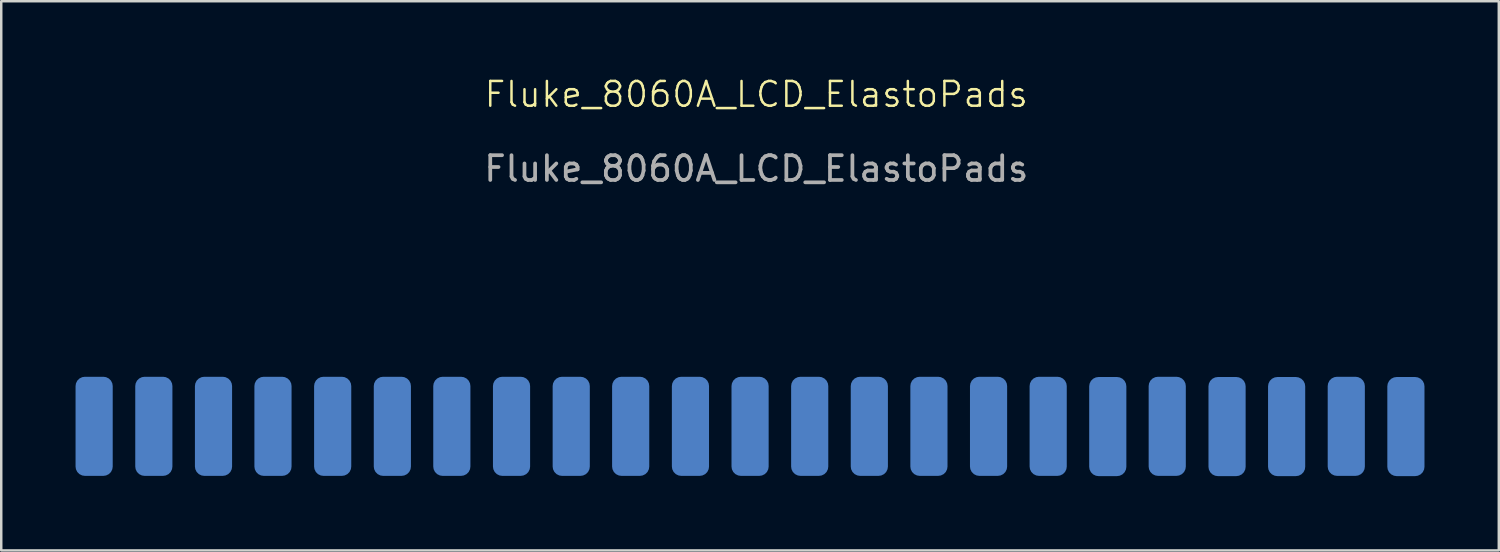
<source format=kicad_pcb>
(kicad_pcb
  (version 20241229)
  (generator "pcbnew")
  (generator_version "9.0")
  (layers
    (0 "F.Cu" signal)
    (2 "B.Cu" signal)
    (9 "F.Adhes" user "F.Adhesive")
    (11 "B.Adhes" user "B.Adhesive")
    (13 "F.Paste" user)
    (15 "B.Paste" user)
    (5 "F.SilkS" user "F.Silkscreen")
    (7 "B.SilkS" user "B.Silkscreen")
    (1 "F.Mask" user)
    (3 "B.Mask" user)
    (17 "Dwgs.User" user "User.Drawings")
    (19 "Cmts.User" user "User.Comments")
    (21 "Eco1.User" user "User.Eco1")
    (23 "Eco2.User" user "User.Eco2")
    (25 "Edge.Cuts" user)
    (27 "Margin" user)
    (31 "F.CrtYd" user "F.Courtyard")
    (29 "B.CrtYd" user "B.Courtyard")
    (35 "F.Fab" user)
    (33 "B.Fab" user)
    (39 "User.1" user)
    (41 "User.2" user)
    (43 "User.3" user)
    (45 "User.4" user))
  (footprint "Fluke_8060A_LCD_ElastoPads"
    (layer "F.Cu")
    (at 27.48 1.26)
    (property "Reference" "Fluke_8060A_LCD_ElastoPads" (at 0 -0.5 0) (unlocked yes) (layer "F.SilkS") (effects (font (size 1 1) (thickness 0.1))))
    (attr smd)
    (fp_text user "${REFERENCE}" (at 0 2.5 0) (unlocked yes) (layer "F.Fab") (effects (font (size 1 1) (thickness 0.15))))
    (pad "1" smd roundrect (at 26.225 12.91) (size 1.5 4) (layers "B.Cu" "B.Mask" "B.Paste") (roundrect_rratio 0.25))
    (pad "2" smd roundrect (at 23.818 12.9) (size 1.5 4) (layers "B.Cu" "B.Mask" "B.Paste") (roundrect_rratio 0.25))
    (pad "3" smd roundrect (at 21.41 12.91) (size 1.5 4) (layers "B.Cu" "B.Mask" "B.Paste") (roundrect_rratio 0.25))
    (pad "4" smd roundrect (at 19.005 12.91) (size 1.5 4) (layers "B.Cu" "B.Mask" "B.Paste") (roundrect_rratio 0.25))
    (pad "5" smd roundrect (at 16.59 12.9) (size 1.5 4) (layers "B.Cu" "B.Mask" "B.Paste") (roundrect_rratio 0.25))
    (pad "6" smd roundrect (at 14.19 12.91) (size 1.5 4) (layers "B.Cu" "B.Mask" "B.Paste") (roundrect_rratio 0.25))
    (pad "7" smd roundrect (at 11.784 12.9) (size 1.5 4) (layers "B.Cu" "B.Mask" "B.Paste") (roundrect_rratio 0.25))
    (pad "8" smd roundrect (at 9.377 12.9) (size 1.5 4) (layers "B.Cu" "B.Mask" "B.Paste") (roundrect_rratio 0.25))
    (pad "9" smd roundrect (at 6.97 12.9) (size 1.5 4) (layers "B.Cu" "B.Mask" "B.Paste") (roundrect_rratio 0.25))
    (pad "10" smd roundrect (at 4.564 12.9) (size 1.5 4) (layers "B.Cu" "B.Mask" "B.Paste") (roundrect_rratio 0.25))
    (pad "11" smd roundrect (at 2.157 12.9) (size 1.5 4) (layers "B.Cu" "B.Mask" "B.Paste") (roundrect_rratio 0.25))
    (pad "12" smd roundrect (at -0.25 12.9) (size 1.5 4) (layers "B.Cu" "B.Mask" "B.Paste") (roundrect_rratio 0.25))
    (pad "13" smd roundrect (at -2.657 12.9) (size 1.5 4) (layers "B.Cu" "B.Mask" "B.Paste") (roundrect_rratio 0.25))
    (pad "14" smd roundrect (at -5.07 12.9) (size 1.5 4) (layers "B.Cu" "B.Mask" "B.Paste") (roundrect_rratio 0.25))
    (pad "15" smd roundrect (at -7.47 12.9) (size 1.5 4) (layers "B.Cu" "B.Mask" "B.Paste") (roundrect_rratio 0.25))
    (pad "16" smd roundrect (at -9.88 12.9) (size 1.5 4) (layers "B.Cu" "B.Mask" "B.Paste") (roundrect_rratio 0.25))
    (pad "17" smd roundrect (at -12.29 12.9) (size 1.5 4) (layers "B.Cu" "B.Mask" "B.Paste") (roundrect_rratio 0.25))
    (pad "18" smd roundrect (at -14.691 12.9) (size 1.5 4) (layers "B.Cu" "B.Mask" "B.Paste") (roundrect_rratio 0.25))
    (pad "19" smd roundrect (at -17.1 12.9) (size 1.5 4) (layers "B.Cu" "B.Mask" "B.Paste") (roundrect_rratio 0.25))
    (pad "20" smd roundrect (at -19.51 12.9) (size 1.5 4) (layers "B.Cu" "B.Mask" "B.Paste") (roundrect_rratio 0.25))
    (pad "21" smd roundrect (at -21.911 12.9) (size 1.5 4) (layers "B.Cu" "B.Mask" "B.Paste") (roundrect_rratio 0.25))
    (pad "22" smd roundrect (at -24.32 12.9) (size 1.5 4) (layers "B.Cu" "B.Mask" "B.Paste") (roundrect_rratio 0.25))
    (pad "23" smd roundrect (at -26.73 12.9) (size 1.5 4) (layers "B.Cu" "B.Mask" "B.Paste") (roundrect_rratio 0.25)))
  (gr_rect
    (start -3 -3)
    (end 57.455 19.171)
    (stroke (width 0.1) (type default))
    (fill no)
    (layer "Edge.Cuts")))
</source>
